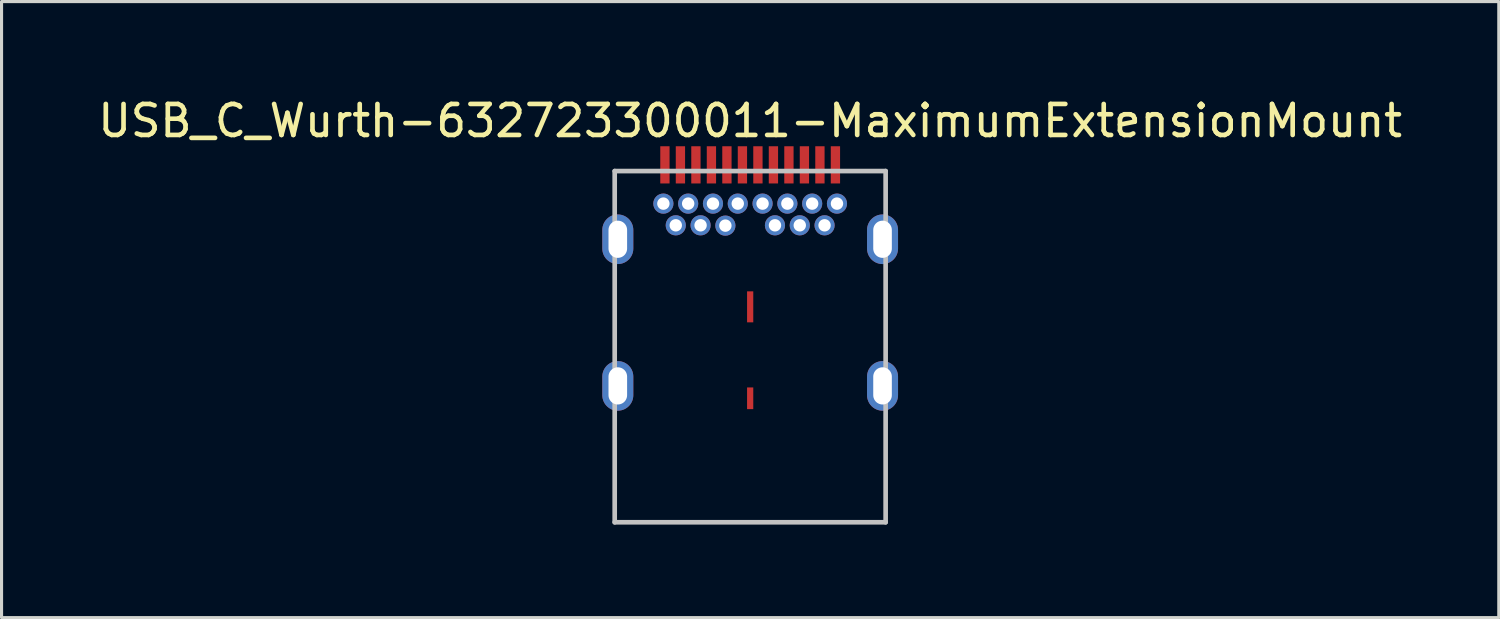
<source format=kicad_pcb>
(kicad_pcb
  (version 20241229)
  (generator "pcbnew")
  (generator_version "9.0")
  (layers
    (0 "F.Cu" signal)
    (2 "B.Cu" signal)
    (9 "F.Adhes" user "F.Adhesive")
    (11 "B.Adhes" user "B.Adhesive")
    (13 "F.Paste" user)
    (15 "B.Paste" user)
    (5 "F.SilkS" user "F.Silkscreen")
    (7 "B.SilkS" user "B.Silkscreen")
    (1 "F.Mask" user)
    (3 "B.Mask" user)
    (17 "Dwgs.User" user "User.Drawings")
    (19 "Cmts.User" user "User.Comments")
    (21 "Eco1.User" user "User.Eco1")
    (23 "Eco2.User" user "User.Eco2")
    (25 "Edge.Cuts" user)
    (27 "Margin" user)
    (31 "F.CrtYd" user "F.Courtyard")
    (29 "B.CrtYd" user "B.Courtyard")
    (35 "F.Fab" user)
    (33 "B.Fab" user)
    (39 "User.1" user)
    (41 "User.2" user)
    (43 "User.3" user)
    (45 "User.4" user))
  (footprint "USB_C_Wurth-632723300011-MaximumExtensionMount"
    (layer "F.Cu")
    (at 21.149 12.848)
    (property "Reference" "USB_C_Wurth-632723300011-MaximumExtensionMount" (at 0 -12 0) (layer "F.SilkS") (effects (font (size 1 1) (thickness 0.15))))
    (attr smd)
    (fp_line (start -4.37 -10.38) (end 4.37 -10.38) (stroke (width 0.15) (type solid)) (layer "Dwgs.User"))
    (fp_line (start -4.37 0.95) (end -4.37 -10.38) (stroke (width 0.15) (type solid)) (layer "Dwgs.User"))
    (fp_line (start -4.37 0.95) (end 4.37 0.95) (stroke (width 0.15) (type solid)) (layer "Dwgs.User"))
    (fp_line (start 4.37 0.95) (end 4.37 -10.38) (stroke (width 0.15) (type solid)) (layer "Dwgs.User"))
    (pad "1" smd rect (at -2.75 -10.58) (size 0.3 1.2) (layers "F.Cu" "F.Mask" "F.Paste"))
    (pad "2" smd rect (at -2.25 -10.58) (size 0.3 1.2) (layers "F.Cu" "F.Mask" "F.Paste"))
    (pad "3" smd rect (at -1.75 -10.58) (size 0.3 1.2) (layers "F.Cu" "F.Mask" "F.Paste"))
    (pad "4" smd rect (at -1.25 -10.58) (size 0.3 1.2) (layers "F.Cu" "F.Mask" "F.Paste"))
    (pad "5" smd rect (at -0.75 -10.58) (size 0.3 1.2) (layers "F.Cu" "F.Mask" "F.Paste"))
    (pad "6" smd rect (at -0.25 -10.58) (size 0.3 1.2) (layers "F.Cu" "F.Mask" "F.Paste"))
    (pad "7" smd rect (at 0.25 -10.58) (size 0.3 1.2) (layers "F.Cu" "F.Mask" "F.Paste"))
    (pad "8" smd rect (at 0.75 -10.58) (size 0.3 1.2) (layers "F.Cu" "F.Mask" "F.Paste"))
    (pad "9" smd rect (at 1.25 -10.58) (size 0.3 1.2) (layers "F.Cu" "F.Mask" "F.Paste"))
    (pad "10" smd rect (at 1.75 -10.58) (size 0.3 1.2) (layers "F.Cu" "F.Mask" "F.Paste"))
    (pad "11" smd rect (at 2.25 -10.58) (size 0.3 1.2) (layers "F.Cu" "F.Mask" "F.Paste"))
    (pad "12" smd rect (at 2.75 -10.58) (size 0.3 1.2) (layers "F.Cu" "F.Mask" "F.Paste"))
    (pad "13" thru_hole circle (at 2.8 -9.33) (size 0.65 0.65) (drill 0.4) (layers "*.Cu" "B.Mask"))
    (pad "14" thru_hole circle (at 2.4 -8.63) (size 0.65 0.65) (drill 0.4) (layers "*.Cu" "B.Mask"))
    (pad "15" thru_hole circle (at 1.6 -8.63) (size 0.65 0.65) (drill 0.4) (layers "*.Cu" "B.Mask"))
    (pad "16" thru_hole circle (at 1.2 -9.33) (size 0.65 0.65) (drill 0.4) (layers "*.Cu" "B.Mask"))
    (pad "17" thru_hole circle (at 0.8 -8.63) (size 0.65 0.65) (drill 0.4) (layers "*.Cu" "B.Mask"))
    (pad "18" thru_hole circle (at 0.4 -9.33) (size 0.65 0.65) (drill 0.4) (layers "*.Cu" "B.Mask"))
    (pad "19" thru_hole circle (at -0.4 -9.33) (size 0.65 0.65) (drill 0.4) (layers "*.Cu" "B.Mask"))
    (pad "20" thru_hole circle (at -0.8 -8.62) (size 0.65 0.65) (drill 0.4) (layers "*.Cu" "B.Mask"))
    (pad "21" thru_hole circle (at -1.2 -9.33) (size 0.65 0.65) (drill 0.4) (layers "*.Cu" "B.Mask"))
    (pad "22" thru_hole circle (at -1.6 -8.63) (size 0.65 0.65) (drill 0.4) (layers "*.Cu" "B.Mask"))
    (pad "23" thru_hole circle (at -2.4 -8.63) (size 0.65 0.65) (drill 0.4) (layers "*.Cu" "B.Mask"))
    (pad "24" thru_hole circle (at -2.8 -9.33) (size 0.65 0.65) (drill 0.4) (layers "*.Cu" "B.Mask"))
    (pad "25" thru_hole circle (at -2 -9.33) (size 0.65 0.65) (drill 0.4) (layers "*.Cu" "B.Mask"))
    (pad "25" thru_hole circle (at 2 -9.33) (size 0.65 0.65) (drill 0.4) (layers "*.Cu" "B.Mask"))
    (pad "26" thru_hole oval (at -4.27 -8.18) (size 1 1.6) (drill oval 0.6 1.2) (layers "*.Cu" "B.Mask"))
    (pad "26" thru_hole oval (at -4.27 -3.45) (size 1 1.6) (drill oval 0.6 1.2) (layers "*.Cu" "B.Mask"))
    (pad "26" thru_hole oval (at 4.27 -8.18) (size 1 1.6) (drill oval 0.6 1.2) (layers "*.Cu" "B.Mask"))
    (pad "26" thru_hole oval (at 4.27 -3.45) (size 1 1.6) (drill oval 0.6 1.2) (layers "*.Cu" "B.Mask"))
    (pad "27" smd rect (at 0 -6) (size 0.2 1) (layers "F.Cu" "F.Mask" "F.Paste"))
    (pad "27" smd rect (at 0 -3.05) (size 0.2 0.7) (layers "F.Cu" "F.Mask" "F.Paste")))
  (gr_rect
    (start -3 -3)
    (end 45.298 16.873)
    (stroke (width 0.1) (type default))
    (fill no)
    (layer "Edge.Cuts")))
</source>
